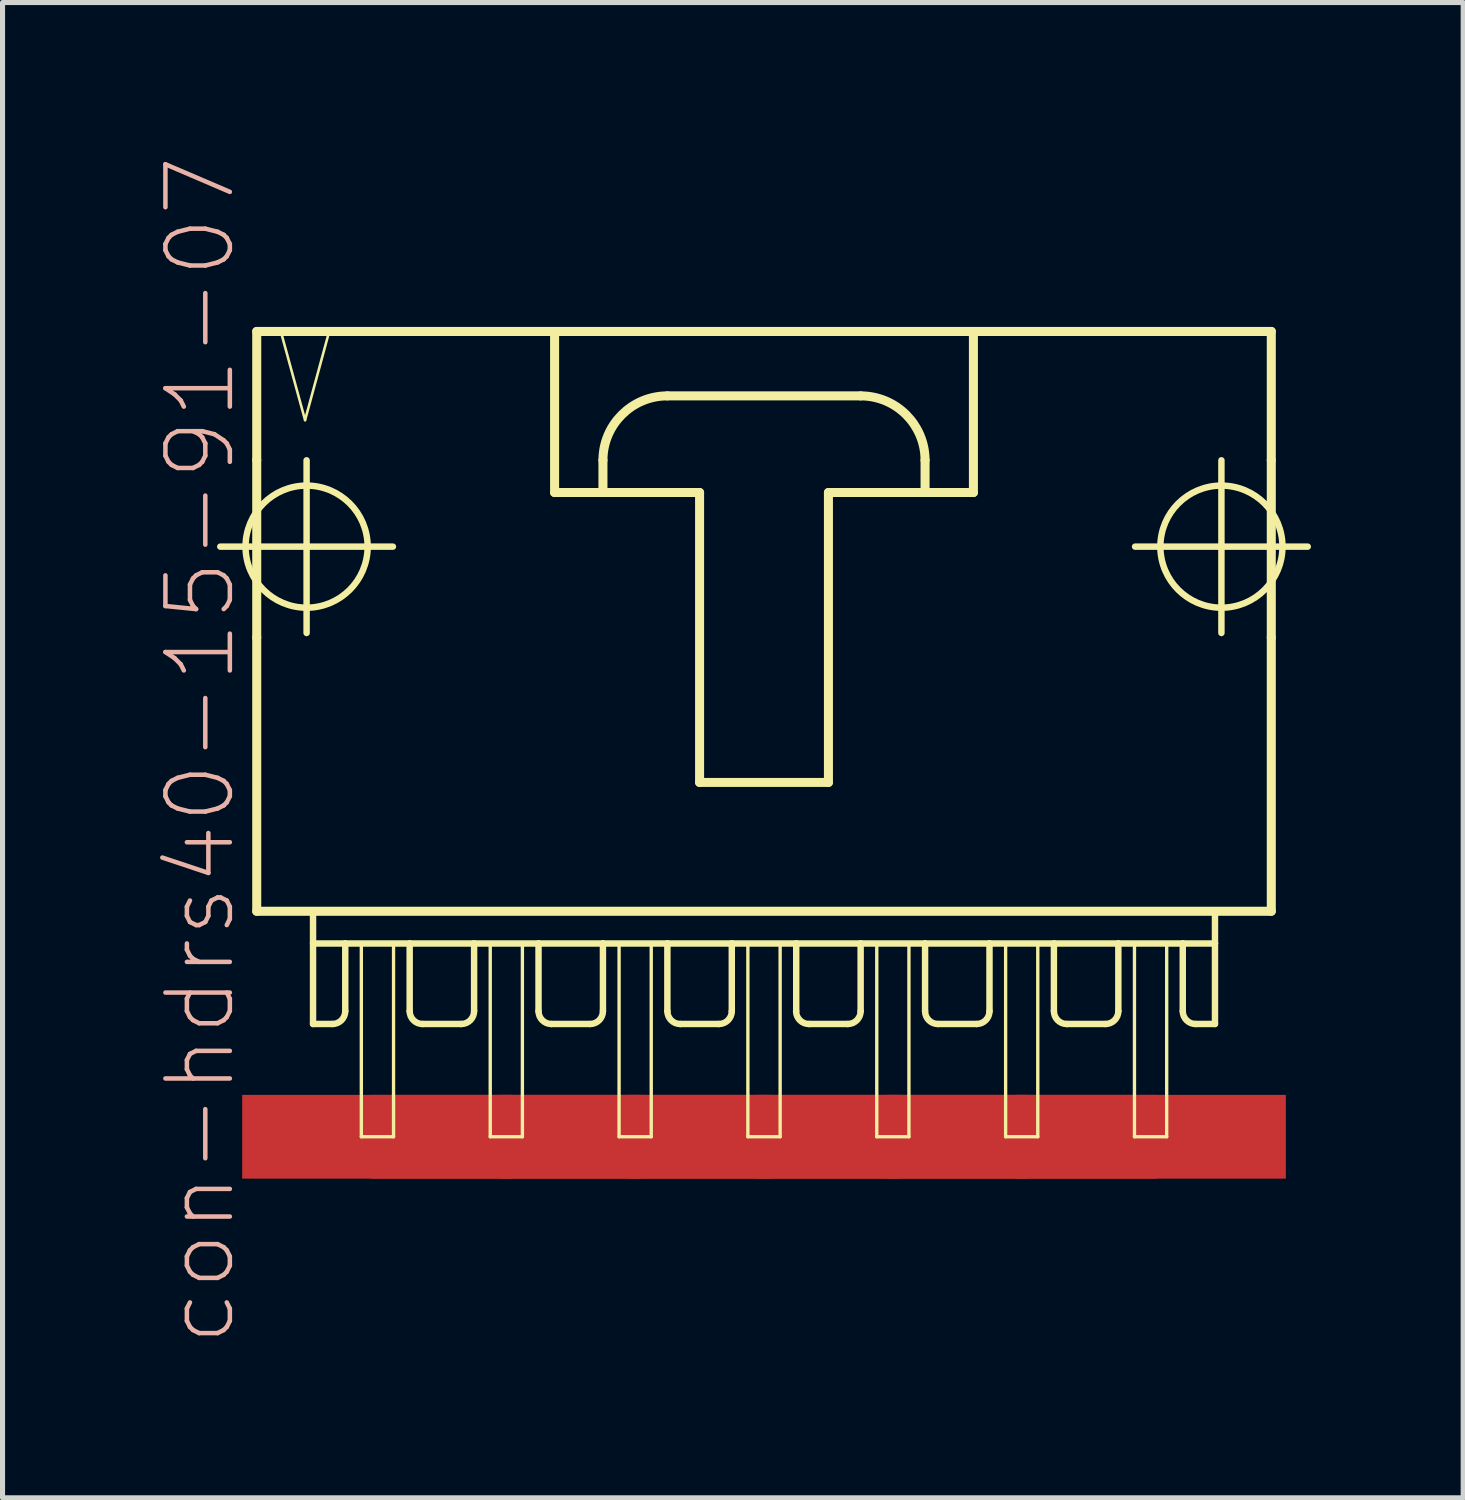
<source format=kicad_pcb>
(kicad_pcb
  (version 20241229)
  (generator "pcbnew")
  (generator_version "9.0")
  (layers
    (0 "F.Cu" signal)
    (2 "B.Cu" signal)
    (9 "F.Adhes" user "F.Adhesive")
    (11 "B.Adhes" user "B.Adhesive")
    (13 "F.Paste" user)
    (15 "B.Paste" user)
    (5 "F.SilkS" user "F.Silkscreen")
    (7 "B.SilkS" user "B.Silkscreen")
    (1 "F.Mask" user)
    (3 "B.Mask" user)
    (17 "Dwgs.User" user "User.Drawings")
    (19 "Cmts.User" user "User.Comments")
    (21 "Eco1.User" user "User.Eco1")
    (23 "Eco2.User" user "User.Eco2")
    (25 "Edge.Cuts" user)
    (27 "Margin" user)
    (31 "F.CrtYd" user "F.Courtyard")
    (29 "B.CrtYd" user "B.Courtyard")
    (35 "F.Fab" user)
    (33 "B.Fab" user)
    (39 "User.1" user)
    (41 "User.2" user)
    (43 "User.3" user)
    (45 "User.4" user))
  (footprint "con-hdrs40-15-91-07"
    (layer "F.Cu")
    (at 12.011 8.564)
    (property "Reference" "con-hdrs40-15-91-07" (at -11.113 3.175 90) (layer "B.SilkS") (effects (font (size 1.27 1.27) (thickness 0.089))))
    (attr smd)
    (fp_line (start -10.719 -0.838) (end -7.315 -0.838) (stroke (width 0.127) (type solid)) (layer "F.SilkS"))
    (fp_line (start -10 -5.08) (end -10 -2.54) (stroke (width 0.178) (type solid)) (layer "F.SilkS"))
    (fp_line (start -10 -2.54) (end -10 0.953) (stroke (width 0.178) (type solid)) (layer "F.SilkS"))
    (fp_line (start -10 0.953) (end -10 6.35) (stroke (width 0.178) (type solid)) (layer "F.SilkS"))
    (fp_line (start -10 6.35) (end 10 6.35) (stroke (width 0.178) (type solid)) (layer "F.SilkS"))
    (fp_line (start -9.525 -5.08) (end -9.047 -3.332) (stroke (width 0.051) (type solid)) (layer "F.SilkS"))
    (fp_line (start -9.047 -3.332) (end -8.572 -5.08) (stroke (width 0.051) (type solid)) (layer "F.SilkS"))
    (fp_line (start -9.017 0.864) (end -9.017 -2.54) (stroke (width 0.127) (type solid)) (layer "F.SilkS"))
    (fp_line (start -8.89 6.35) (end -8.89 8.572) (stroke (width 0.127) (type solid)) (layer "F.SilkS"))
    (fp_line (start -8.89 6.985) (end -8.255 6.985) (stroke (width 0.127) (type solid)) (layer "F.SilkS"))
    (fp_line (start -8.572 -5.08) (end -9.525 -5.08) (stroke (width 0.051) (type solid)) (layer "F.SilkS"))
    (fp_line (start -8.509 8.572) (end -8.89 8.572) (stroke (width 0.127) (type solid)) (layer "F.SilkS"))
    (fp_line (start -8.255 6.985) (end -8.255 8.319) (stroke (width 0.127) (type solid)) (layer "F.SilkS"))
    (fp_line (start -8.255 6.985) (end -6.985 6.985) (stroke (width 0.127) (type solid)) (layer "F.SilkS"))
    (fp_line (start -7.938 6.985) (end -7.303 6.985) (stroke (width 0.066) (type solid)) (layer "F.SilkS"))
    (fp_line (start -7.938 10.795) (end -7.938 6.985) (stroke (width 0.066) (type solid)) (layer "F.SilkS"))
    (fp_line (start -7.938 10.795) (end -7.303 10.795) (stroke (width 0.066) (type solid)) (layer "F.SilkS"))
    (fp_line (start -7.303 10.795) (end -7.303 6.985) (stroke (width 0.066) (type solid)) (layer "F.SilkS"))
    (fp_line (start -6.985 6.985) (end -6.985 8.319) (stroke (width 0.127) (type solid)) (layer "F.SilkS"))
    (fp_line (start -6.985 6.985) (end -5.715 6.985) (stroke (width 0.127) (type solid)) (layer "F.SilkS"))
    (fp_line (start -5.969 8.572) (end -6.731 8.572) (stroke (width 0.127) (type solid)) (layer "F.SilkS"))
    (fp_line (start -5.715 6.985) (end -5.715 8.319) (stroke (width 0.127) (type solid)) (layer "F.SilkS"))
    (fp_line (start -5.715 6.985) (end -4.445 6.985) (stroke (width 0.127) (type solid)) (layer "F.SilkS"))
    (fp_line (start -5.397 6.985) (end -4.763 6.985) (stroke (width 0.066) (type solid)) (layer "F.SilkS"))
    (fp_line (start -5.397 10.795) (end -5.397 6.985) (stroke (width 0.066) (type solid)) (layer "F.SilkS"))
    (fp_line (start -5.397 10.795) (end -4.763 10.795) (stroke (width 0.066) (type solid)) (layer "F.SilkS"))
    (fp_line (start -4.763 10.795) (end -4.763 6.985) (stroke (width 0.066) (type solid)) (layer "F.SilkS"))
    (fp_line (start -4.445 6.985) (end -4.445 8.319) (stroke (width 0.127) (type solid)) (layer "F.SilkS"))
    (fp_line (start -4.445 6.985) (end -3.175 6.985) (stroke (width 0.127) (type solid)) (layer "F.SilkS"))
    (fp_line (start -4.128 -5.08) (end -4.128 -1.905) (stroke (width 0.178) (type solid)) (layer "F.SilkS"))
    (fp_line (start -4.128 -1.905) (end -3.175 -1.905) (stroke (width 0.178) (type solid)) (layer "F.SilkS"))
    (fp_line (start -3.429 8.572) (end -4.191 8.572) (stroke (width 0.127) (type solid)) (layer "F.SilkS"))
    (fp_line (start -3.175 -1.905) (end -3.175 -2.54) (stroke (width 0.178) (type solid)) (layer "F.SilkS"))
    (fp_line (start -3.175 -1.905) (end -1.27 -1.905) (stroke (width 0.178) (type solid)) (layer "F.SilkS"))
    (fp_line (start -3.175 6.985) (end -3.175 8.319) (stroke (width 0.127) (type solid)) (layer "F.SilkS"))
    (fp_line (start -3.175 6.985) (end -1.905 6.985) (stroke (width 0.127) (type solid)) (layer "F.SilkS"))
    (fp_line (start -2.857 6.985) (end -2.223 6.985) (stroke (width 0.066) (type solid)) (layer "F.SilkS"))
    (fp_line (start -2.857 10.795) (end -2.857 6.985) (stroke (width 0.066) (type solid)) (layer "F.SilkS"))
    (fp_line (start -2.857 10.795) (end -2.223 10.795) (stroke (width 0.066) (type solid)) (layer "F.SilkS"))
    (fp_line (start -2.223 10.795) (end -2.223 6.985) (stroke (width 0.066) (type solid)) (layer "F.SilkS"))
    (fp_line (start -1.905 -3.81) (end 1.905 -3.81) (stroke (width 0.178) (type solid)) (layer "F.SilkS"))
    (fp_line (start -1.905 6.985) (end -1.905 8.319) (stroke (width 0.127) (type solid)) (layer "F.SilkS"))
    (fp_line (start -1.905 6.985) (end -0.635 6.985) (stroke (width 0.127) (type solid)) (layer "F.SilkS"))
    (fp_line (start -1.27 -1.905) (end -1.27 3.81) (stroke (width 0.178) (type solid)) (layer "F.SilkS"))
    (fp_line (start -1.27 3.81) (end 1.27 3.81) (stroke (width 0.178) (type solid)) (layer "F.SilkS"))
    (fp_line (start -0.889 8.572) (end -1.651 8.572) (stroke (width 0.127) (type solid)) (layer "F.SilkS"))
    (fp_line (start -0.635 6.985) (end -0.635 8.319) (stroke (width 0.127) (type solid)) (layer "F.SilkS"))
    (fp_line (start -0.635 6.985) (end 0.635 6.985) (stroke (width 0.127) (type solid)) (layer "F.SilkS"))
    (fp_line (start -0.318 6.985) (end 0.318 6.985) (stroke (width 0.066) (type solid)) (layer "F.SilkS"))
    (fp_line (start -0.318 10.795) (end -0.318 6.985) (stroke (width 0.066) (type solid)) (layer "F.SilkS"))
    (fp_line (start -0.318 10.795) (end 0.318 10.795) (stroke (width 0.066) (type solid)) (layer "F.SilkS"))
    (fp_line (start 0.318 10.795) (end 0.318 6.985) (stroke (width 0.066) (type solid)) (layer "F.SilkS"))
    (fp_line (start 0.635 6.985) (end 0.635 8.319) (stroke (width 0.127) (type solid)) (layer "F.SilkS"))
    (fp_line (start 0.635 6.985) (end 1.905 6.985) (stroke (width 0.127) (type solid)) (layer "F.SilkS"))
    (fp_line (start 1.27 -1.905) (end 3.175 -1.905) (stroke (width 0.178) (type solid)) (layer "F.SilkS"))
    (fp_line (start 1.27 3.81) (end 1.27 -1.905) (stroke (width 0.178) (type solid)) (layer "F.SilkS"))
    (fp_line (start 1.651 8.572) (end 0.889 8.572) (stroke (width 0.127) (type solid)) (layer "F.SilkS"))
    (fp_line (start 1.905 6.985) (end 1.905 8.319) (stroke (width 0.127) (type solid)) (layer "F.SilkS"))
    (fp_line (start 1.905 6.985) (end 3.175 6.985) (stroke (width 0.127) (type solid)) (layer "F.SilkS"))
    (fp_line (start 2.223 6.985) (end 2.857 6.985) (stroke (width 0.066) (type solid)) (layer "F.SilkS"))
    (fp_line (start 2.223 10.795) (end 2.223 6.985) (stroke (width 0.066) (type solid)) (layer "F.SilkS"))
    (fp_line (start 2.223 10.795) (end 2.857 10.795) (stroke (width 0.066) (type solid)) (layer "F.SilkS"))
    (fp_line (start 2.857 10.795) (end 2.857 6.985) (stroke (width 0.066) (type solid)) (layer "F.SilkS"))
    (fp_line (start 3.175 -2.54) (end 3.175 -1.905) (stroke (width 0.178) (type solid)) (layer "F.SilkS"))
    (fp_line (start 3.175 -1.905) (end 4.128 -1.905) (stroke (width 0.178) (type solid)) (layer "F.SilkS"))
    (fp_line (start 3.175 6.985) (end 3.175 8.319) (stroke (width 0.127) (type solid)) (layer "F.SilkS"))
    (fp_line (start 3.175 6.985) (end 4.445 6.985) (stroke (width 0.127) (type solid)) (layer "F.SilkS"))
    (fp_line (start 4.128 -1.905) (end 4.128 -5.08) (stroke (width 0.178) (type solid)) (layer "F.SilkS"))
    (fp_line (start 4.191 8.572) (end 3.429 8.572) (stroke (width 0.127) (type solid)) (layer "F.SilkS"))
    (fp_line (start 4.445 6.985) (end 4.445 8.319) (stroke (width 0.127) (type solid)) (layer "F.SilkS"))
    (fp_line (start 4.445 6.985) (end 5.715 6.985) (stroke (width 0.127) (type solid)) (layer "F.SilkS"))
    (fp_line (start 4.763 6.985) (end 5.397 6.985) (stroke (width 0.066) (type solid)) (layer "F.SilkS"))
    (fp_line (start 4.763 10.795) (end 4.763 6.985) (stroke (width 0.066) (type solid)) (layer "F.SilkS"))
    (fp_line (start 4.763 10.795) (end 5.397 10.795) (stroke (width 0.066) (type solid)) (layer "F.SilkS"))
    (fp_line (start 5.397 10.795) (end 5.397 6.985) (stroke (width 0.066) (type solid)) (layer "F.SilkS"))
    (fp_line (start 5.715 6.985) (end 5.715 8.319) (stroke (width 0.127) (type solid)) (layer "F.SilkS"))
    (fp_line (start 5.715 6.985) (end 6.985 6.985) (stroke (width 0.127) (type solid)) (layer "F.SilkS"))
    (fp_line (start 6.731 8.572) (end 5.969 8.572) (stroke (width 0.127) (type solid)) (layer "F.SilkS"))
    (fp_line (start 6.985 6.985) (end 6.985 8.319) (stroke (width 0.127) (type solid)) (layer "F.SilkS"))
    (fp_line (start 6.985 6.985) (end 8.255 6.985) (stroke (width 0.127) (type solid)) (layer "F.SilkS"))
    (fp_line (start 7.303 6.985) (end 7.938 6.985) (stroke (width 0.066) (type solid)) (layer "F.SilkS"))
    (fp_line (start 7.303 10.795) (end 7.303 6.985) (stroke (width 0.066) (type solid)) (layer "F.SilkS"))
    (fp_line (start 7.303 10.795) (end 7.938 10.795) (stroke (width 0.066) (type solid)) (layer "F.SilkS"))
    (fp_line (start 7.315 -0.838) (end 10.719 -0.838) (stroke (width 0.127) (type solid)) (layer "F.SilkS"))
    (fp_line (start 7.938 10.795) (end 7.938 6.985) (stroke (width 0.066) (type solid)) (layer "F.SilkS"))
    (fp_line (start 8.255 6.985) (end 8.255 8.319) (stroke (width 0.127) (type solid)) (layer "F.SilkS"))
    (fp_line (start 8.255 6.985) (end 8.89 6.985) (stroke (width 0.127) (type solid)) (layer "F.SilkS"))
    (fp_line (start 8.509 8.572) (end 8.89 8.572) (stroke (width 0.127) (type solid)) (layer "F.SilkS"))
    (fp_line (start 8.89 6.985) (end 8.89 6.35) (stroke (width 0.127) (type solid)) (layer "F.SilkS"))
    (fp_line (start 8.89 8.572) (end 8.89 6.985) (stroke (width 0.127) (type solid)) (layer "F.SilkS"))
    (fp_line (start 9.017 0.864) (end 9.017 -2.54) (stroke (width 0.127) (type solid)) (layer "F.SilkS"))
    (fp_line (start 10 -5.08) (end -10 -5.08) (stroke (width 0.178) (type solid)) (layer "F.SilkS"))
    (fp_line (start 10 -2.54) (end 10 -5.08) (stroke (width 0.178) (type solid)) (layer "F.SilkS"))
    (fp_line (start 10 -2.54) (end 10 0.953) (stroke (width 0.178) (type solid)) (layer "F.SilkS"))
    (fp_line (start 10 6.35) (end 10 0.953) (stroke (width 0.178) (type solid)) (layer "F.SilkS"))
    (fp_arc (start -8.255 8.3185) (mid -8.329395 8.498105) (end -8.509 8.5725) (stroke (width 0.127) (type solid)) (layer "F.SilkS"))
    (fp_arc (start -6.731 8.5725) (mid -6.910605 8.498105) (end -6.985 8.3185) (stroke (width 0.127) (type solid)) (layer "F.SilkS"))
    (fp_arc (start -5.715 8.3185) (mid -5.789395 8.498105) (end -5.969 8.5725) (stroke (width 0.127) (type solid)) (layer "F.SilkS"))
    (fp_arc (start -4.191 8.5725) (mid -4.370605 8.498105) (end -4.445 8.3185) (stroke (width 0.127) (type solid)) (layer "F.SilkS"))
    (fp_arc (start -3.175 -2.54) (mid -2.803026 -3.438026) (end -1.905 -3.81) (stroke (width 0.1778) (type solid)) (layer "F.SilkS"))
    (fp_arc (start -3.175 8.3185) (mid -3.249395 8.498105) (end -3.429 8.5725) (stroke (width 0.127) (type solid)) (layer "F.SilkS"))
    (fp_arc (start -1.651 8.5725) (mid -1.830605 8.498105) (end -1.905 8.3185) (stroke (width 0.127) (type solid)) (layer "F.SilkS"))
    (fp_arc (start -0.635 8.3185) (mid -0.709395 8.498105) (end -0.889 8.5725) (stroke (width 0.127) (type solid)) (layer "F.SilkS"))
    (fp_arc (start 0.889 8.5725) (mid 0.708651 8.499901) (end 0.63246 8.32104) (stroke (width 0.127) (type solid)) (layer "F.SilkS"))
    (fp_arc (start 1.905 -3.81) (mid 2.803026 -3.438026) (end 3.175 -2.54) (stroke (width 0.1778) (type solid)) (layer "F.SilkS"))
    (fp_arc (start 1.905 8.3185) (mid 1.830605 8.498105) (end 1.651 8.5725) (stroke (width 0.127) (type solid)) (layer "F.SilkS"))
    (fp_arc (start 3.429 8.5725) (mid 3.249395 8.498105) (end 3.175 8.3185) (stroke (width 0.127) (type solid)) (layer "F.SilkS"))
    (fp_arc (start 4.445 8.3185) (mid 4.370605 8.498105) (end 4.191 8.5725) (stroke (width 0.127) (type solid)) (layer "F.SilkS"))
    (fp_arc (start 5.969 8.5725) (mid 5.789395 8.498105) (end 5.715 8.3185) (stroke (width 0.127) (type solid)) (layer "F.SilkS"))
    (fp_arc (start 6.985 8.3185) (mid 6.910605 8.498105) (end 6.731 8.5725) (stroke (width 0.127) (type solid)) (layer "F.SilkS"))
    (fp_arc (start 8.509 8.5725) (mid 8.329395 8.498105) (end 8.255 8.3185) (stroke (width 0.127) (type solid)) (layer "F.SilkS"))
    (fp_circle (center -9.017 -0.838) (end -9.868 -1.689) (stroke (width 0.127) (type solid)) (fill no) (layer "F.SilkS"))
    (fp_circle (center 9.017 -0.838) (end 9.868 -1.689) (stroke (width 0.127) (type solid)) (fill no) (layer "F.SilkS"))
    (pad "1" smd rect (at -7.62 10.795) (size 5.334 1.651) (layers "F.Cu" "F.Mask" "F.Paste"))
    (pad "2" smd rect (at -5.08 10.795) (size 5.334 1.651) (layers "F.Cu" "F.Mask" "F.Paste"))
    (pad "3" smd rect (at -2.54 10.795) (size 5.334 1.651) (layers "F.Cu" "F.Mask" "F.Paste"))
    (pad "4" smd rect (at 0 10.795) (size 5.334 1.651) (layers "F.Cu" "F.Mask" "F.Paste"))
    (pad "5" smd rect (at 2.54 10.795) (size 5.334 1.651) (layers "F.Cu" "F.Mask" "F.Paste"))
    (pad "6" smd rect (at 5.08 10.795) (size 5.334 1.651) (layers "F.Cu" "F.Mask" "F.Paste"))
    (pad "7" smd rect (at 7.62 10.795) (size 5.334 1.651) (layers "F.Cu" "F.Mask" "F.Paste")))
  (gr_rect
    (start -3 -3)
    (end 25.794 26.477)
    (stroke (width 0.1) (type default))
    (fill no)
    (layer "Edge.Cuts")))
</source>
